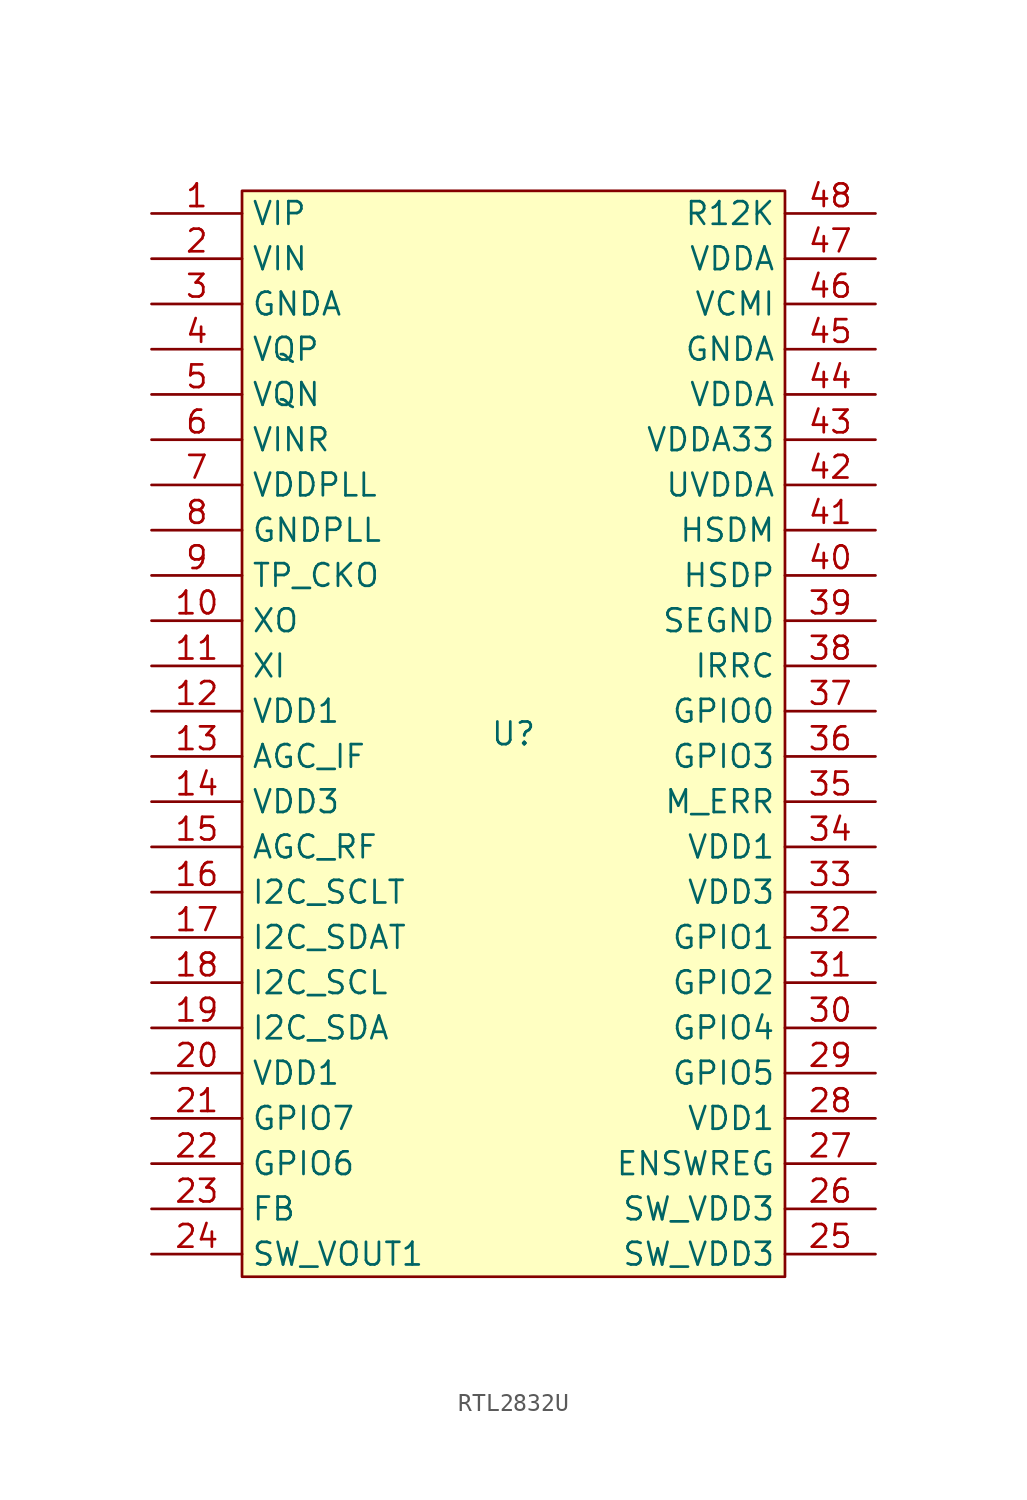
<source format=kicad_sym>
(kicad_symbol_lib
  (version 20241209)
  (generator "kicad_symbol_editor")
  (generator_version "9.0")
  (symbol "RTL2832U"
    (property "Reference" "U"
      (at 0 0 0)
      (effects (font (size 1.27 1.27))))
    (property "Value" ""
      (at 0 0 0)
      (effects (font (size 1.27 1.27))))
    (symbol "RTL2832U_1_1"
      (rectangle (start -15.24 30.48) (end 15.24 -30.48) (stroke (width 0) (type solid)) (fill (type background)))
      (pin input line (at -20.32 29.21 0) (length 5.08) (name "VIP" (effects (font (size 1.27 1.27)))) (number "1" (effects (font (size 1.27 1.27)))))
      (pin input line (at -20.32 26.67 0) (length 5.08) (name "VIN" (effects (font (size 1.27 1.27)))) (number "2" (effects (font (size 1.27 1.27)))))
      (pin power_in line (at -20.32 24.13 0) (length 5.08) (name "GNDA" (effects (font (size 1.27 1.27)))) (number "3" (effects (font (size 1.27 1.27)))))
      (pin input line (at -20.32 21.59 0) (length 5.08) (name "VQP" (effects (font (size 1.27 1.27)))) (number "4" (effects (font (size 1.27 1.27)))))
      (pin input line (at -20.32 19.05 0) (length 5.08) (name "VQN" (effects (font (size 1.27 1.27)))) (number "5" (effects (font (size 1.27 1.27)))))
      (pin input line (at -20.32 16.51 0) (length 5.08) (name "VINR" (effects (font (size 1.27 1.27)))) (number "6" (effects (font (size 1.27 1.27)))))
      (pin power_in line (at -20.32 13.97 0) (length 5.08) (name "VDDPLL" (effects (font (size 1.27 1.27)))) (number "7" (effects (font (size 1.27 1.27)))))
      (pin power_in line (at -20.32 11.43 0) (length 5.08) (name "GNDPLL" (effects (font (size 1.27 1.27)))) (number "8" (effects (font (size 1.27 1.27)))))
      (pin bidirectional line (at -20.32 8.89 0) (length 5.08) (name "TP_CKO" (effects (font (size 1.27 1.27)))) (number "9" (effects (font (size 1.27 1.27)))))
      (pin output line (at -20.32 6.35 0) (length 5.08) (name "XO" (effects (font (size 1.27 1.27)))) (number "10" (effects (font (size 1.27 1.27)))))
      (pin input line (at -20.32 3.81 0) (length 5.08) (name "XI" (effects (font (size 1.27 1.27)))) (number "11" (effects (font (size 1.27 1.27)))))
      (pin power_in line (at -20.32 1.27 0) (length 5.08) (name "VDD1" (effects (font (size 1.27 1.27)))) (number "12" (effects (font (size 1.27 1.27)))))
      (pin output line (at -20.32 -1.27 0) (length 5.08) (name "AGC_IF" (effects (font (size 1.27 1.27)))) (number "13" (effects (font (size 1.27 1.27)))))
      (pin power_in line (at -20.32 -3.81 0) (length 5.08) (name "VDD3" (effects (font (size 1.27 1.27)))) (number "14" (effects (font (size 1.27 1.27)))))
      (pin output line (at -20.32 -6.35 0) (length 5.08) (name "AGC_RF" (effects (font (size 1.27 1.27)))) (number "15" (effects (font (size 1.27 1.27)))))
      (pin output line (at -20.32 -8.89 0) (length 5.08) (name "I2C_SCLT" (effects (font (size 1.27 1.27)))) (number "16" (effects (font (size 1.27 1.27)))))
      (pin bidirectional line (at -20.32 -11.43 0) (length 5.08) (name "I2C_SDAT" (effects (font (size 1.27 1.27)))) (number "17" (effects (font (size 1.27 1.27)))))
      (pin output line (at -20.32 -13.97 0) (length 5.08) (name "I2C_SCL" (effects (font (size 1.27 1.27)))) (number "18" (effects (font (size 1.27 1.27)))))
      (pin bidirectional line (at -20.32 -16.51 0) (length 5.08) (name "I2C_SDA" (effects (font (size 1.27 1.27)))) (number "19" (effects (font (size 1.27 1.27)))))
      (pin power_in line (at -20.32 -19.05 0) (length 5.08) (name "VDD1" (effects (font (size 1.27 1.27)))) (number "20" (effects (font (size 1.27 1.27)))))
      (pin tri_state line (at -20.32 -21.59 0) (length 5.08) (name "GPIO7" (effects (font (size 1.27 1.27)))) (number "21" (effects (font (size 1.27 1.27)))))
      (pin tri_state line (at -20.32 -24.13 0) (length 5.08) (name "GPIO6" (effects (font (size 1.27 1.27)))) (number "22" (effects (font (size 1.27 1.27)))))
      (pin input line (at -20.32 -26.67 0) (length 5.08) (name "FB" (effects (font (size 1.27 1.27)))) (number "23" (effects (font (size 1.27 1.27)))))
      (pin power_out line (at -20.32 -29.21 0) (length 5.08) (name "SW_VOUT1" (effects (font (size 1.27 1.27)))) (number "24" (effects (font (size 1.27 1.27)))))
      (pin unspecified line (at 20.32 29.21 180) (length 5.08) (name "R12K" (effects (font (size 1.27 1.27)))) (number "48" (effects (font (size 1.27 1.27)))))
      (pin unspecified line (at 20.32 26.67 180) (length 5.08) (name "VDDA" (effects (font (size 1.27 1.27)))) (number "47" (effects (font (size 1.27 1.27)))))
      (pin unspecified line (at 20.32 24.13 180) (length 5.08) (name "VCMI" (effects (font (size 1.27 1.27)))) (number "46" (effects (font (size 1.27 1.27)))))
      (pin unspecified line (at 20.32 21.59 180) (length 5.08) (name "GNDA" (effects (font (size 1.27 1.27)))) (number "45" (effects (font (size 1.27 1.27)))))
      (pin unspecified line (at 20.32 19.05 180) (length 5.08) (name "VDDA" (effects (font (size 1.27 1.27)))) (number "44" (effects (font (size 1.27 1.27)))))
      (pin unspecified line (at 20.32 16.51 180) (length 5.08) (name "VDDA33" (effects (font (size 1.27 1.27)))) (number "43" (effects (font (size 1.27 1.27)))))
      (pin unspecified line (at 20.32 13.97 180) (length 5.08) (name "UVDDA" (effects (font (size 1.27 1.27)))) (number "42" (effects (font (size 1.27 1.27)))))
      (pin unspecified line (at 20.32 11.43 180) (length 5.08) (name "HSDM" (effects (font (size 1.27 1.27)))) (number "41" (effects (font (size 1.27 1.27)))))
      (pin unspecified line (at 20.32 8.89 180) (length 5.08) (name "HSDP" (effects (font (size 1.27 1.27)))) (number "40" (effects (font (size 1.27 1.27)))))
      (pin unspecified line (at 20.32 6.35 180) (length 5.08) (name "SEGND" (effects (font (size 1.27 1.27)))) (number "39" (effects (font (size 1.27 1.27)))))
      (pin unspecified line (at 20.32 3.81 180) (length 5.08) (name "IRRC" (effects (font (size 1.27 1.27)))) (number "38" (effects (font (size 1.27 1.27)))))
      (pin unspecified line (at 20.32 1.27 180) (length 5.08) (name "GPIO0" (effects (font (size 1.27 1.27)))) (number "37" (effects (font (size 1.27 1.27)))))
      (pin tri_state line (at 20.32 -1.27 180) (length 5.08) (name "GPIO3" (effects (font (size 1.27 1.27)))) (number "36" (effects (font (size 1.27 1.27)))))
      (pin output line (at 20.32 -3.81 180) (length 5.08) (name "M_ERR" (effects (font (size 1.27 1.27)))) (number "35" (effects (font (size 1.27 1.27)))))
      (pin power_in line (at 20.32 -6.35 180) (length 5.08) (name "VDD1" (effects (font (size 1.27 1.27)))) (number "34" (effects (font (size 1.27 1.27)))))
      (pin power_in line (at 20.32 -8.89 180) (length 5.08) (name "VDD3" (effects (font (size 1.27 1.27)))) (number "33" (effects (font (size 1.27 1.27)))))
      (pin tri_state line (at 20.32 -11.43 180) (length 5.08) (name "GPIO1" (effects (font (size 1.27 1.27)))) (number "32" (effects (font (size 1.27 1.27)))))
      (pin tri_state line (at 20.32 -13.97 180) (length 5.08) (name "GPIO2" (effects (font (size 1.27 1.27)))) (number "31" (effects (font (size 1.27 1.27)))))
      (pin tri_state line (at 20.32 -16.51 180) (length 5.08) (name "GPIO4" (effects (font (size 1.27 1.27)))) (number "30" (effects (font (size 1.27 1.27)))))
      (pin tri_state line (at 20.32 -19.05 180) (length 5.08) (name "GPIO5" (effects (font (size 1.27 1.27)))) (number "29" (effects (font (size 1.27 1.27)))))
      (pin power_in line (at 20.32 -21.59 180) (length 5.08) (name "VDD1" (effects (font (size 1.27 1.27)))) (number "28" (effects (font (size 1.27 1.27)))))
      (pin input line (at 20.32 -24.13 180) (length 5.08) (name "ENSWREG" (effects (font (size 1.27 1.27)))) (number "27" (effects (font (size 1.27 1.27)))))
      (pin power_in line (at 20.32 -26.67 180) (length 5.08) (name "SW_VDD3" (effects (font (size 1.27 1.27)))) (number "26" (effects (font (size 1.27 1.27)))))
      (pin power_in line (at 20.32 -29.21 180) (length 5.08) (name "SW_VDD3" (effects (font (size 1.27 1.27)))) (number "25" (effects (font (size 1.27 1.27))))))))
</source>
